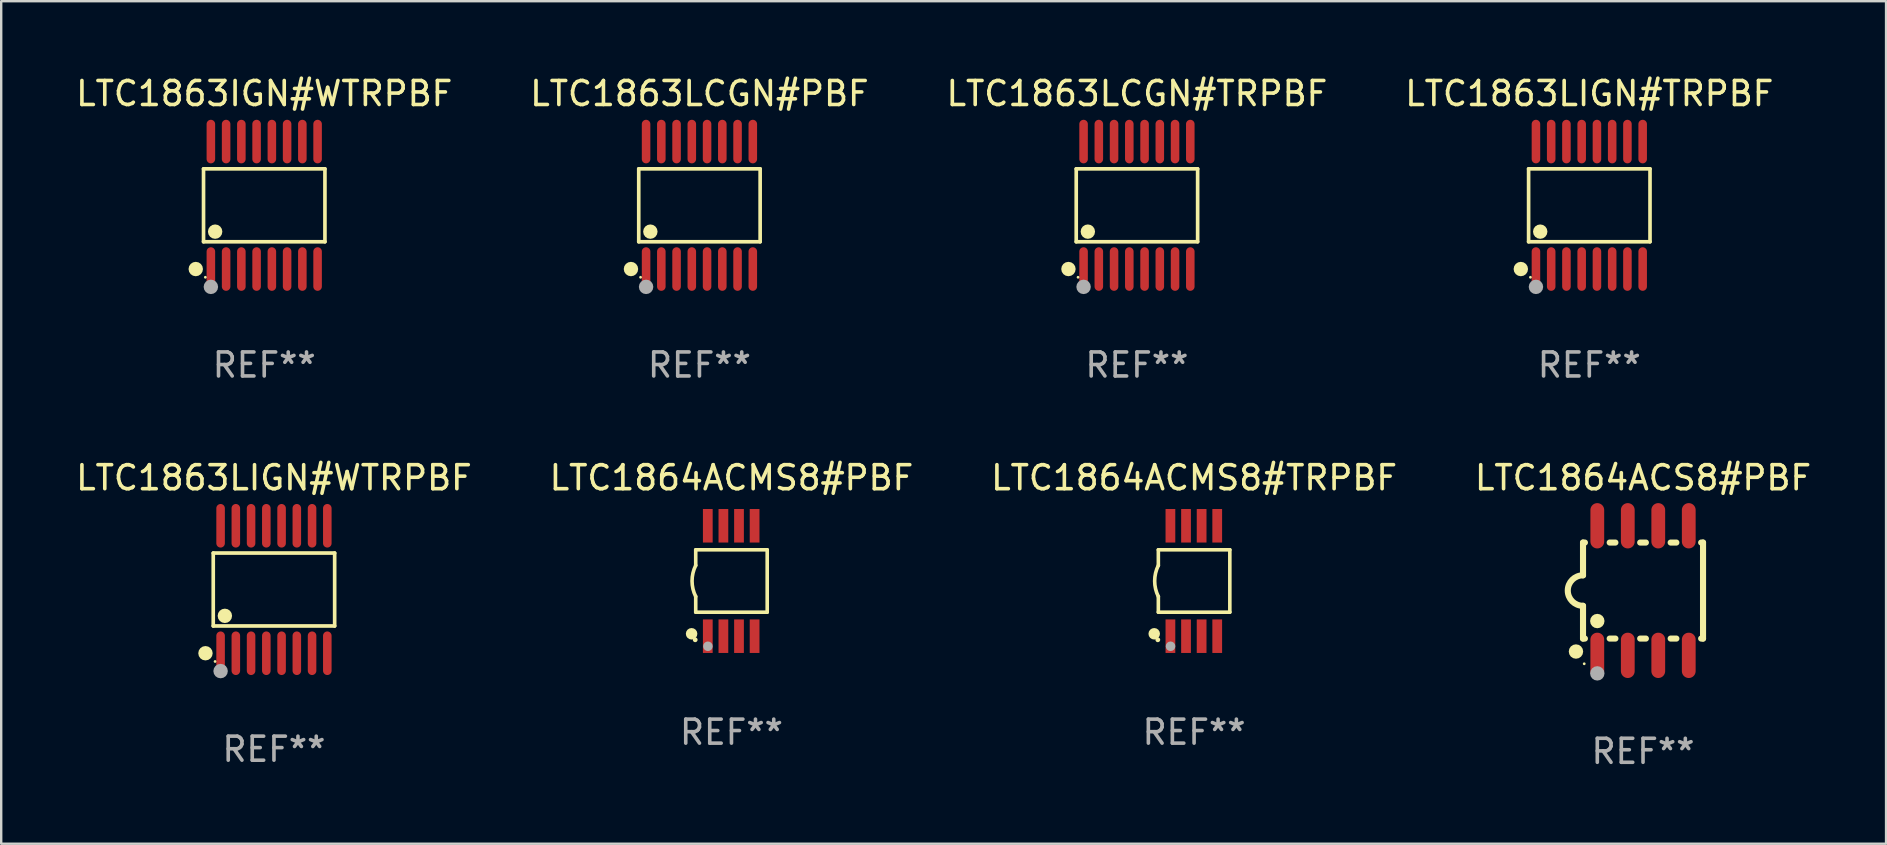
<source format=kicad_pcb>
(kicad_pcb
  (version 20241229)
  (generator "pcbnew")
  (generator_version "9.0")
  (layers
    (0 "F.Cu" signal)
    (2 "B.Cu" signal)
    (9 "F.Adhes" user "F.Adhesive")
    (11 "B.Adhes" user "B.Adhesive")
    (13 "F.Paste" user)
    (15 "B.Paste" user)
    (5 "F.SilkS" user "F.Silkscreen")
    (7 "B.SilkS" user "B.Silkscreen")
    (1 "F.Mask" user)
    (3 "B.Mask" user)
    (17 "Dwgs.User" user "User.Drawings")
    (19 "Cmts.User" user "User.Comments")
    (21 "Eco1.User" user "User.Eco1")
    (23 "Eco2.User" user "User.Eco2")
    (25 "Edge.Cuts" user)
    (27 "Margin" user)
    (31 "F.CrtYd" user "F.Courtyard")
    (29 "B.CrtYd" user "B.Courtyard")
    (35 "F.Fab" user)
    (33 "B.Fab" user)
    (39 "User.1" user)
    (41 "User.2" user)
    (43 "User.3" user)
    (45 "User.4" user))
  (footprint "LTC1863IGN#WTRPBF"
    (layer "F.Cu")
    (at 7.958 5.503)
    (property "Reference" "LTC1863IGN#WTRPBF" (at 0 -4.655 0) (layer "F.SilkS") (effects (font (size 1 1) (thickness 0.15))))
    (attr through_hole)
    (fp_line (start -2.529 -1.519) (end 2.529 -1.519) (stroke (width 0.152) (type solid)) (layer "F.SilkS"))
    (fp_line (start -2.529 1.519) (end -2.529 -1.519) (stroke (width 0.152) (type solid)) (layer "F.SilkS"))
    (fp_line (start 2.529 -1.519) (end 2.529 1.519) (stroke (width 0.152) (type solid)) (layer "F.SilkS"))
    (fp_line (start 2.529 1.519) (end -2.529 1.519) (stroke (width 0.152) (type solid)) (layer "F.SilkS"))
    (fp_circle (center -2.853 2.655) (end -2.703 2.655) (stroke (width 0.3) (type solid)) (fill no) (layer "F.SilkS"))
    (fp_circle (center -2.453 2.998) (end -2.423 2.998) (stroke (width 0.06) (type solid)) (fill no) (layer "F.SilkS"))
    (fp_circle (center -2.045 1.097) (end -1.895 1.097) (stroke (width 0.3) (type solid)) (fill no) (layer "F.SilkS"))
    (fp_circle (center -2.223 3.398) (end -2.072 3.398) (stroke (width 0.3) (type solid)) (fill no) (layer "F.Fab"))
    (fp_text user "REF**" (at 0 6.655 0) (layer "F.Fab") (effects (font (size 1 1) (thickness 0.15))))
    (pad "1" smd oval (at -2.223 2.655) (size 0.356 1.815) (layers "F.Cu" "F.Mask" "F.Paste"))
    (pad "2" smd oval (at -1.588 2.655) (size 0.356 1.815) (layers "F.Cu" "F.Mask" "F.Paste"))
    (pad "3" smd oval (at -0.953 2.655) (size 0.356 1.815) (layers "F.Cu" "F.Mask" "F.Paste"))
    (pad "4" smd oval (at -0.318 2.655) (size 0.356 1.815) (layers "F.Cu" "F.Mask" "F.Paste"))
    (pad "5" smd oval (at 0.318 2.655) (size 0.356 1.815) (layers "F.Cu" "F.Mask" "F.Paste"))
    (pad "6" smd oval (at 0.953 2.655) (size 0.356 1.815) (layers "F.Cu" "F.Mask" "F.Paste"))
    (pad "7" smd oval (at 1.588 2.655) (size 0.356 1.815) (layers "F.Cu" "F.Mask" "F.Paste"))
    (pad "8" smd oval (at 2.223 2.655) (size 0.356 1.815) (layers "F.Cu" "F.Mask" "F.Paste"))
    (pad "9" smd oval (at 2.223 -2.655) (size 0.356 1.815) (layers "F.Cu" "F.Mask" "F.Paste"))
    (pad "10" smd oval (at 1.588 -2.655) (size 0.356 1.815) (layers "F.Cu" "F.Mask" "F.Paste"))
    (pad "11" smd oval (at 0.953 -2.655) (size 0.356 1.815) (layers "F.Cu" "F.Mask" "F.Paste"))
    (pad "12" smd oval (at 0.318 -2.655) (size 0.356 1.815) (layers "F.Cu" "F.Mask" "F.Paste"))
    (pad "13" smd oval (at -0.318 -2.655) (size 0.356 1.815) (layers "F.Cu" "F.Mask" "F.Paste"))
    (pad "14" smd oval (at -0.953 -2.655) (size 0.356 1.815) (layers "F.Cu" "F.Mask" "F.Paste"))
    (pad "15" smd oval (at -1.588 -2.655) (size 0.356 1.815) (layers "F.Cu" "F.Mask" "F.Paste"))
    (pad "16" smd oval (at -2.223 -2.655) (size 0.356 1.815) (layers "F.Cu" "F.Mask" "F.Paste")))
  (footprint "LTC1863LIGN#WTRPBF"
    (layer "F.Cu")
    (at 8.363 21.509)
    (property "Reference" "LTC1863LIGN#WTRPBF" (at 0 -4.655 0) (layer "F.SilkS") (effects (font (size 1 1) (thickness 0.15))))
    (attr through_hole)
    (fp_line (start -2.529 -1.519) (end 2.529 -1.519) (stroke (width 0.152) (type solid)) (layer "F.SilkS"))
    (fp_line (start -2.529 1.519) (end -2.529 -1.519) (stroke (width 0.152) (type solid)) (layer "F.SilkS"))
    (fp_line (start 2.529 -1.519) (end 2.529 1.519) (stroke (width 0.152) (type solid)) (layer "F.SilkS"))
    (fp_line (start 2.529 1.519) (end -2.529 1.519) (stroke (width 0.152) (type solid)) (layer "F.SilkS"))
    (fp_circle (center -2.853 2.655) (end -2.703 2.655) (stroke (width 0.3) (type solid)) (fill no) (layer "F.SilkS"))
    (fp_circle (center -2.453 2.998) (end -2.423 2.998) (stroke (width 0.06) (type solid)) (fill no) (layer "F.SilkS"))
    (fp_circle (center -2.045 1.097) (end -1.895 1.097) (stroke (width 0.3) (type solid)) (fill no) (layer "F.SilkS"))
    (fp_circle (center -2.223 3.398) (end -2.072 3.398) (stroke (width 0.3) (type solid)) (fill no) (layer "F.Fab"))
    (fp_text user "REF**" (at 0 6.655 0) (layer "F.Fab") (effects (font (size 1 1) (thickness 0.15))))
    (pad "1" smd oval (at -2.223 2.655) (size 0.356 1.815) (layers "F.Cu" "F.Mask" "F.Paste"))
    (pad "2" smd oval (at -1.588 2.655) (size 0.356 1.815) (layers "F.Cu" "F.Mask" "F.Paste"))
    (pad "3" smd oval (at -0.953 2.655) (size 0.356 1.815) (layers "F.Cu" "F.Mask" "F.Paste"))
    (pad "4" smd oval (at -0.318 2.655) (size 0.356 1.815) (layers "F.Cu" "F.Mask" "F.Paste"))
    (pad "5" smd oval (at 0.318 2.655) (size 0.356 1.815) (layers "F.Cu" "F.Mask" "F.Paste"))
    (pad "6" smd oval (at 0.953 2.655) (size 0.356 1.815) (layers "F.Cu" "F.Mask" "F.Paste"))
    (pad "7" smd oval (at 1.588 2.655) (size 0.356 1.815) (layers "F.Cu" "F.Mask" "F.Paste"))
    (pad "8" smd oval (at 2.223 2.655) (size 0.356 1.815) (layers "F.Cu" "F.Mask" "F.Paste"))
    (pad "9" smd oval (at 2.223 -2.655) (size 0.356 1.815) (layers "F.Cu" "F.Mask" "F.Paste"))
    (pad "10" smd oval (at 1.588 -2.655) (size 0.356 1.815) (layers "F.Cu" "F.Mask" "F.Paste"))
    (pad "11" smd oval (at 0.953 -2.655) (size 0.356 1.815) (layers "F.Cu" "F.Mask" "F.Paste"))
    (pad "12" smd oval (at 0.318 -2.655) (size 0.356 1.815) (layers "F.Cu" "F.Mask" "F.Paste"))
    (pad "13" smd oval (at -0.318 -2.655) (size 0.356 1.815) (layers "F.Cu" "F.Mask" "F.Paste"))
    (pad "14" smd oval (at -0.953 -2.655) (size 0.356 1.815) (layers "F.Cu" "F.Mask" "F.Paste"))
    (pad "15" smd oval (at -1.588 -2.655) (size 0.356 1.815) (layers "F.Cu" "F.Mask" "F.Paste"))
    (pad "16" smd oval (at -2.223 -2.655) (size 0.356 1.815) (layers "F.Cu" "F.Mask" "F.Paste")))
  (footprint "LTC1863LCGN#TRPBF"
    (layer "F.Cu")
    (at 44.315 5.503)
    (property "Reference" "LTC1863LCGN#TRPBF" (at 0 -4.655 0) (layer "F.SilkS") (effects (font (size 1 1) (thickness 0.15))))
    (attr through_hole)
    (fp_line (start -2.529 -1.519) (end 2.529 -1.519) (stroke (width 0.152) (type solid)) (layer "F.SilkS"))
    (fp_line (start -2.529 1.519) (end -2.529 -1.519) (stroke (width 0.152) (type solid)) (layer "F.SilkS"))
    (fp_line (start 2.529 -1.519) (end 2.529 1.519) (stroke (width 0.152) (type solid)) (layer "F.SilkS"))
    (fp_line (start 2.529 1.519) (end -2.529 1.519) (stroke (width 0.152) (type solid)) (layer "F.SilkS"))
    (fp_circle (center -2.853 2.655) (end -2.703 2.655) (stroke (width 0.3) (type solid)) (fill no) (layer "F.SilkS"))
    (fp_circle (center -2.453 2.998) (end -2.423 2.998) (stroke (width 0.06) (type solid)) (fill no) (layer "F.SilkS"))
    (fp_circle (center -2.045 1.097) (end -1.895 1.097) (stroke (width 0.3) (type solid)) (fill no) (layer "F.SilkS"))
    (fp_circle (center -2.223 3.398) (end -2.072 3.398) (stroke (width 0.3) (type solid)) (fill no) (layer "F.Fab"))
    (fp_text user "REF**" (at 0 6.655 0) (layer "F.Fab") (effects (font (size 1 1) (thickness 0.15))))
    (pad "1" smd oval (at -2.223 2.655) (size 0.356 1.815) (layers "F.Cu" "F.Mask" "F.Paste"))
    (pad "2" smd oval (at -1.588 2.655) (size 0.356 1.815) (layers "F.Cu" "F.Mask" "F.Paste"))
    (pad "3" smd oval (at -0.953 2.655) (size 0.356 1.815) (layers "F.Cu" "F.Mask" "F.Paste"))
    (pad "4" smd oval (at -0.318 2.655) (size 0.356 1.815) (layers "F.Cu" "F.Mask" "F.Paste"))
    (pad "5" smd oval (at 0.318 2.655) (size 0.356 1.815) (layers "F.Cu" "F.Mask" "F.Paste"))
    (pad "6" smd oval (at 0.953 2.655) (size 0.356 1.815) (layers "F.Cu" "F.Mask" "F.Paste"))
    (pad "7" smd oval (at 1.588 2.655) (size 0.356 1.815) (layers "F.Cu" "F.Mask" "F.Paste"))
    (pad "8" smd oval (at 2.223 2.655) (size 0.356 1.815) (layers "F.Cu" "F.Mask" "F.Paste"))
    (pad "9" smd oval (at 2.223 -2.655) (size 0.356 1.815) (layers "F.Cu" "F.Mask" "F.Paste"))
    (pad "10" smd oval (at 1.588 -2.655) (size 0.356 1.815) (layers "F.Cu" "F.Mask" "F.Paste"))
    (pad "11" smd oval (at 0.953 -2.655) (size 0.356 1.815) (layers "F.Cu" "F.Mask" "F.Paste"))
    (pad "12" smd oval (at 0.318 -2.655) (size 0.356 1.815) (layers "F.Cu" "F.Mask" "F.Paste"))
    (pad "13" smd oval (at -0.318 -2.655) (size 0.356 1.815) (layers "F.Cu" "F.Mask" "F.Paste"))
    (pad "14" smd oval (at -0.953 -2.655) (size 0.356 1.815) (layers "F.Cu" "F.Mask" "F.Paste"))
    (pad "15" smd oval (at -1.588 -2.655) (size 0.356 1.815) (layers "F.Cu" "F.Mask" "F.Paste"))
    (pad "16" smd oval (at -2.223 -2.655) (size 0.356 1.815) (layers "F.Cu" "F.Mask" "F.Paste")))
  (footprint "LTC1863LIGN#TRPBF"
    (layer "F.Cu")
    (at 63.161 5.503)
    (property "Reference" "LTC1863LIGN#TRPBF" (at 0 -4.655 0) (layer "F.SilkS") (effects (font (size 1 1) (thickness 0.15))))
    (attr through_hole)
    (fp_line (start -2.529 -1.519) (end 2.529 -1.519) (stroke (width 0.152) (type solid)) (layer "F.SilkS"))
    (fp_line (start -2.529 1.519) (end -2.529 -1.519) (stroke (width 0.152) (type solid)) (layer "F.SilkS"))
    (fp_line (start 2.529 -1.519) (end 2.529 1.519) (stroke (width 0.152) (type solid)) (layer "F.SilkS"))
    (fp_line (start 2.529 1.519) (end -2.529 1.519) (stroke (width 0.152) (type solid)) (layer "F.SilkS"))
    (fp_circle (center -2.853 2.655) (end -2.703 2.655) (stroke (width 0.3) (type solid)) (fill no) (layer "F.SilkS"))
    (fp_circle (center -2.453 2.998) (end -2.423 2.998) (stroke (width 0.06) (type solid)) (fill no) (layer "F.SilkS"))
    (fp_circle (center -2.045 1.097) (end -1.895 1.097) (stroke (width 0.3) (type solid)) (fill no) (layer "F.SilkS"))
    (fp_circle (center -2.223 3.398) (end -2.072 3.398) (stroke (width 0.3) (type solid)) (fill no) (layer "F.Fab"))
    (fp_text user "REF**" (at 0 6.655 0) (layer "F.Fab") (effects (font (size 1 1) (thickness 0.15))))
    (pad "1" smd oval (at -2.223 2.655) (size 0.356 1.815) (layers "F.Cu" "F.Mask" "F.Paste"))
    (pad "2" smd oval (at -1.588 2.655) (size 0.356 1.815) (layers "F.Cu" "F.Mask" "F.Paste"))
    (pad "3" smd oval (at -0.953 2.655) (size 0.356 1.815) (layers "F.Cu" "F.Mask" "F.Paste"))
    (pad "4" smd oval (at -0.318 2.655) (size 0.356 1.815) (layers "F.Cu" "F.Mask" "F.Paste"))
    (pad "5" smd oval (at 0.318 2.655) (size 0.356 1.815) (layers "F.Cu" "F.Mask" "F.Paste"))
    (pad "6" smd oval (at 0.953 2.655) (size 0.356 1.815) (layers "F.Cu" "F.Mask" "F.Paste"))
    (pad "7" smd oval (at 1.588 2.655) (size 0.356 1.815) (layers "F.Cu" "F.Mask" "F.Paste"))
    (pad "8" smd oval (at 2.223 2.655) (size 0.356 1.815) (layers "F.Cu" "F.Mask" "F.Paste"))
    (pad "9" smd oval (at 2.223 -2.655) (size 0.356 1.815) (layers "F.Cu" "F.Mask" "F.Paste"))
    (pad "10" smd oval (at 1.588 -2.655) (size 0.356 1.815) (layers "F.Cu" "F.Mask" "F.Paste"))
    (pad "11" smd oval (at 0.953 -2.655) (size 0.356 1.815) (layers "F.Cu" "F.Mask" "F.Paste"))
    (pad "12" smd oval (at 0.318 -2.655) (size 0.356 1.815) (layers "F.Cu" "F.Mask" "F.Paste"))
    (pad "13" smd oval (at -0.318 -2.655) (size 0.356 1.815) (layers "F.Cu" "F.Mask" "F.Paste"))
    (pad "14" smd oval (at -0.953 -2.655) (size 0.356 1.815) (layers "F.Cu" "F.Mask" "F.Paste"))
    (pad "15" smd oval (at -1.588 -2.655) (size 0.356 1.815) (layers "F.Cu" "F.Mask" "F.Paste"))
    (pad "16" smd oval (at -2.223 -2.655) (size 0.356 1.815) (layers "F.Cu" "F.Mask" "F.Paste")))
  (footprint "LTC1864ACMS8#PBF"
    (layer "F.Cu")
    (at 27.423 21.154)
    (property "Reference" "LTC1864ACMS8#PBF" (at 0 -4.3 0) (layer "F.SilkS") (effects (font (size 1 1) (thickness 0.15))))
    (attr through_hole)
    (fp_line (start -1.489 -1.3) (end -1.489 -0.648) (stroke (width 0.15) (type solid)) (layer "F.SilkS"))
    (fp_line (start -1.489 0.648) (end -1.489 1.3) (stroke (width 0.15) (type solid)) (layer "F.SilkS"))
    (fp_line (start -1.489 1.3) (end 1.489 1.3) (stroke (width 0.15) (type solid)) (layer "F.SilkS"))
    (fp_line (start 1.489 -1.3) (end -1.489 -1.3) (stroke (width 0.15) (type solid)) (layer "F.SilkS"))
    (fp_line (start 1.489 1.3) (end 1.489 -1.3) (stroke (width 0.15) (type solid)) (layer "F.SilkS"))
    (fp_arc (start -1.489205 0.647702) (mid -1.642107 0) (end -1.489205 -0.647701) (stroke (width 0.150013) (type solid)) (layer "F.SilkS"))
    (fp_circle (center -1.661 2.2) (end -1.541 2.2) (stroke (width 0.24) (type solid)) (fill no) (layer "F.SilkS"))
    (fp_circle (center -1.511 2.45) (end -1.461 2.45) (stroke (width 0.1) (type solid)) (fill no) (layer "F.SilkS"))
    (fp_circle (center -0.981 2.72) (end -0.881 2.72) (stroke (width 0.2) (type solid)) (fill no) (layer "F.Fab"))
    (fp_text user "REF**" (at 0 6.3 0) (layer "F.Fab") (effects (font (size 1 1) (thickness 0.15))))
    (pad "1" smd rect (at -0.986 2.3) (size 0.406 1.397) (layers "F.Cu" "F.Mask" "F.Paste"))
    (pad "2" smd rect (at -0.336 2.3) (size 0.406 1.397) (layers "F.Cu" "F.Mask" "F.Paste"))
    (pad "3" smd rect (at 0.314 2.3) (size 0.406 1.397) (layers "F.Cu" "F.Mask" "F.Paste"))
    (pad "4" smd rect (at 0.964 2.3) (size 0.406 1.397) (layers "F.Cu" "F.Mask" "F.Paste"))
    (pad "5" smd rect (at 0.964 -2.3) (size 0.406 1.397) (layers "F.Cu" "F.Mask" "F.Paste"))
    (pad "6" smd rect (at 0.314 -2.3) (size 0.406 1.397) (layers "F.Cu" "F.Mask" "F.Paste"))
    (pad "7" smd rect (at -0.336 -2.3) (size 0.406 1.397) (layers "F.Cu" "F.Mask" "F.Paste"))
    (pad "8" smd rect (at -0.986 -2.3) (size 0.406 1.397) (layers "F.Cu" "F.Mask" "F.Paste")))
  (footprint "LTC1864ACS8#PBF"
    (layer "F.Cu")
    (at 65.399 21.553)
    (property "Reference" "LTC1864ACS8#PBF" (at 0 -4.699 0) (layer "F.SilkS") (effects (font (size 1 1) (thickness 0.15))))
    (attr through_hole)
    (fp_line (start -2.5 -2) (end -2.5 -0.635) (stroke (width 0.254) (type solid)) (layer "F.SilkS"))
    (fp_line (start -2.5 -2) (end -2.421 -2) (stroke (width 0.254) (type solid)) (layer "F.SilkS"))
    (fp_line (start -2.5 2) (end -2.5 0.635) (stroke (width 0.254) (type solid)) (layer "F.SilkS"))
    (fp_line (start -2.5 2) (end -2.421 2) (stroke (width 0.254) (type solid)) (layer "F.SilkS"))
    (fp_line (start -1.389 -2) (end -1.151 -2) (stroke (width 0.254) (type solid)) (layer "F.SilkS"))
    (fp_line (start -1.389 2) (end -1.151 2) (stroke (width 0.254) (type solid)) (layer "F.SilkS"))
    (fp_line (start -0.119 -2) (end 0.119 -2) (stroke (width 0.254) (type solid)) (layer "F.SilkS"))
    (fp_line (start -0.119 2) (end 0.119 2) (stroke (width 0.254) (type solid)) (layer "F.SilkS"))
    (fp_line (start 1.151 -2) (end 1.389 -2) (stroke (width 0.254) (type solid)) (layer "F.SilkS"))
    (fp_line (start 1.151 2) (end 1.389 2) (stroke (width 0.254) (type solid)) (layer "F.SilkS"))
    (fp_line (start 2.421 -2) (end 2.5 -2) (stroke (width 0.254) (type solid)) (layer "F.SilkS"))
    (fp_line (start 2.421 2) (end 2.5 2) (stroke (width 0.254) (type solid)) (layer "F.SilkS"))
    (fp_line (start 2.5 -2) (end 2.5 2) (stroke (width 0.254) (type solid)) (layer "F.SilkS"))
    (fp_arc (start -2.5 0.635001) (mid -3.134366 -0.000318) (end -2.499365 -0.635001) (stroke (width 0.254001) (type solid)) (layer "F.SilkS"))
    (fp_circle (center -2.794 2.54) (end -2.644 2.54) (stroke (width 0.3) (type solid)) (fill no) (layer "F.SilkS"))
    (fp_circle (center -2.45 3.05) (end -2.42 3.05) (stroke (width 0.06) (type solid)) (fill no) (layer "F.SilkS"))
    (fp_circle (center -1.905 1.27) (end -1.755 1.27) (stroke (width 0.3) (type solid)) (fill no) (layer "F.SilkS"))
    (fp_circle (center -1.905 3.45) (end -1.755 3.45) (stroke (width 0.3) (type solid)) (fill no) (layer "F.Fab"))
    (fp_text user "REF**" (at 0 6.699 0) (layer "F.Fab") (effects (font (size 1 1) (thickness 0.15))))
    (pad "1" smd oval (at -1.905 2.699) (size 0.574 1.888) (layers "F.Cu" "F.Mask" "F.Paste"))
    (pad "2" smd oval (at -0.635 2.699) (size 0.574 1.888) (layers "F.Cu" "F.Mask" "F.Paste"))
    (pad "3" smd oval (at 0.635 2.699) (size 0.574 1.888) (layers "F.Cu" "F.Mask" "F.Paste"))
    (pad "4" smd oval (at 1.905 2.699) (size 0.574 1.888) (layers "F.Cu" "F.Mask" "F.Paste"))
    (pad "5" smd oval (at 1.905 -2.699) (size 0.574 1.888) (layers "F.Cu" "F.Mask" "F.Paste"))
    (pad "6" smd oval (at 0.635 -2.699) (size 0.574 1.888) (layers "F.Cu" "F.Mask" "F.Paste"))
    (pad "7" smd oval (at -0.635 -2.699) (size 0.574 1.888) (layers "F.Cu" "F.Mask" "F.Paste"))
    (pad "8" smd oval (at -1.905 -2.699) (size 0.574 1.888) (layers "F.Cu" "F.Mask" "F.Paste")))
  (footprint "LTC1864ACMS8#TRPBF"
    (layer "F.Cu")
    (at 46.696 21.154)
    (property "Reference" "LTC1864ACMS8#TRPBF" (at 0 -4.3 0) (layer "F.SilkS") (effects (font (size 1 1) (thickness 0.15))))
    (attr through_hole)
    (fp_line (start -1.489 -1.3) (end -1.489 -0.648) (stroke (width 0.15) (type solid)) (layer "F.SilkS"))
    (fp_line (start -1.489 0.648) (end -1.489 1.3) (stroke (width 0.15) (type solid)) (layer "F.SilkS"))
    (fp_line (start -1.489 1.3) (end 1.489 1.3) (stroke (width 0.15) (type solid)) (layer "F.SilkS"))
    (fp_line (start 1.489 -1.3) (end -1.489 -1.3) (stroke (width 0.15) (type solid)) (layer "F.SilkS"))
    (fp_line (start 1.489 1.3) (end 1.489 -1.3) (stroke (width 0.15) (type solid)) (layer "F.SilkS"))
    (fp_arc (start -1.489205 0.647702) (mid -1.642107 0) (end -1.489205 -0.647701) (stroke (width 0.150013) (type solid)) (layer "F.SilkS"))
    (fp_circle (center -1.661 2.2) (end -1.541 2.2) (stroke (width 0.24) (type solid)) (fill no) (layer "F.SilkS"))
    (fp_circle (center -1.511 2.45) (end -1.461 2.45) (stroke (width 0.1) (type solid)) (fill no) (layer "F.SilkS"))
    (fp_circle (center -0.981 2.72) (end -0.881 2.72) (stroke (width 0.2) (type solid)) (fill no) (layer "F.Fab"))
    (fp_text user "REF**" (at 0 6.3 0) (layer "F.Fab") (effects (font (size 1 1) (thickness 0.15))))
    (pad "1" smd rect (at -0.986 2.3) (size 0.406 1.397) (layers "F.Cu" "F.Mask" "F.Paste"))
    (pad "2" smd rect (at -0.336 2.3) (size 0.406 1.397) (layers "F.Cu" "F.Mask" "F.Paste"))
    (pad "3" smd rect (at 0.314 2.3) (size 0.406 1.397) (layers "F.Cu" "F.Mask" "F.Paste"))
    (pad "4" smd rect (at 0.964 2.3) (size 0.406 1.397) (layers "F.Cu" "F.Mask" "F.Paste"))
    (pad "5" smd rect (at 0.964 -2.3) (size 0.406 1.397) (layers "F.Cu" "F.Mask" "F.Paste"))
    (pad "6" smd rect (at 0.314 -2.3) (size 0.406 1.397) (layers "F.Cu" "F.Mask" "F.Paste"))
    (pad "7" smd rect (at -0.336 -2.3) (size 0.406 1.397) (layers "F.Cu" "F.Mask" "F.Paste"))
    (pad "8" smd rect (at -0.986 -2.3) (size 0.406 1.397) (layers "F.Cu" "F.Mask" "F.Paste")))
  (footprint "LTC1863LCGN#PBF"
    (layer "F.Cu")
    (at 26.089 5.503)
    (property "Reference" "LTC1863LCGN#PBF" (at 0 -4.655 0) (layer "F.SilkS") (effects (font (size 1 1) (thickness 0.15))))
    (attr through_hole)
    (fp_line (start -2.529 -1.519) (end 2.529 -1.519) (stroke (width 0.152) (type solid)) (layer "F.SilkS"))
    (fp_line (start -2.529 1.519) (end -2.529 -1.519) (stroke (width 0.152) (type solid)) (layer "F.SilkS"))
    (fp_line (start 2.529 -1.519) (end 2.529 1.519) (stroke (width 0.152) (type solid)) (layer "F.SilkS"))
    (fp_line (start 2.529 1.519) (end -2.529 1.519) (stroke (width 0.152) (type solid)) (layer "F.SilkS"))
    (fp_circle (center -2.853 2.655) (end -2.703 2.655) (stroke (width 0.3) (type solid)) (fill no) (layer "F.SilkS"))
    (fp_circle (center -2.453 2.998) (end -2.423 2.998) (stroke (width 0.06) (type solid)) (fill no) (layer "F.SilkS"))
    (fp_circle (center -2.045 1.097) (end -1.895 1.097) (stroke (width 0.3) (type solid)) (fill no) (layer "F.SilkS"))
    (fp_circle (center -2.223 3.398) (end -2.072 3.398) (stroke (width 0.3) (type solid)) (fill no) (layer "F.Fab"))
    (fp_text user "REF**" (at 0 6.655 0) (layer "F.Fab") (effects (font (size 1 1) (thickness 0.15))))
    (pad "1" smd oval (at -2.223 2.655) (size 0.356 1.815) (layers "F.Cu" "F.Mask" "F.Paste"))
    (pad "2" smd oval (at -1.588 2.655) (size 0.356 1.815) (layers "F.Cu" "F.Mask" "F.Paste"))
    (pad "3" smd oval (at -0.953 2.655) (size 0.356 1.815) (layers "F.Cu" "F.Mask" "F.Paste"))
    (pad "4" smd oval (at -0.318 2.655) (size 0.356 1.815) (layers "F.Cu" "F.Mask" "F.Paste"))
    (pad "5" smd oval (at 0.318 2.655) (size 0.356 1.815) (layers "F.Cu" "F.Mask" "F.Paste"))
    (pad "6" smd oval (at 0.953 2.655) (size 0.356 1.815) (layers "F.Cu" "F.Mask" "F.Paste"))
    (pad "7" smd oval (at 1.588 2.655) (size 0.356 1.815) (layers "F.Cu" "F.Mask" "F.Paste"))
    (pad "8" smd oval (at 2.223 2.655) (size 0.356 1.815) (layers "F.Cu" "F.Mask" "F.Paste"))
    (pad "9" smd oval (at 2.223 -2.655) (size 0.356 1.815) (layers "F.Cu" "F.Mask" "F.Paste"))
    (pad "10" smd oval (at 1.588 -2.655) (size 0.356 1.815) (layers "F.Cu" "F.Mask" "F.Paste"))
    (pad "11" smd oval (at 0.953 -2.655) (size 0.356 1.815) (layers "F.Cu" "F.Mask" "F.Paste"))
    (pad "12" smd oval (at 0.318 -2.655) (size 0.356 1.815) (layers "F.Cu" "F.Mask" "F.Paste"))
    (pad "13" smd oval (at -0.318 -2.655) (size 0.356 1.815) (layers "F.Cu" "F.Mask" "F.Paste"))
    (pad "14" smd oval (at -0.953 -2.655) (size 0.356 1.815) (layers "F.Cu" "F.Mask" "F.Paste"))
    (pad "15" smd oval (at -1.588 -2.655) (size 0.356 1.815) (layers "F.Cu" "F.Mask" "F.Paste"))
    (pad "16" smd oval (at -2.223 -2.655) (size 0.356 1.815) (layers "F.Cu" "F.Mask" "F.Paste")))
  (gr_rect
    (start -3 -3)
    (end 75.524 32.101)
    (stroke (width 0.1) (type default))
    (fill no)
    (layer "Edge.Cuts")))
</source>
